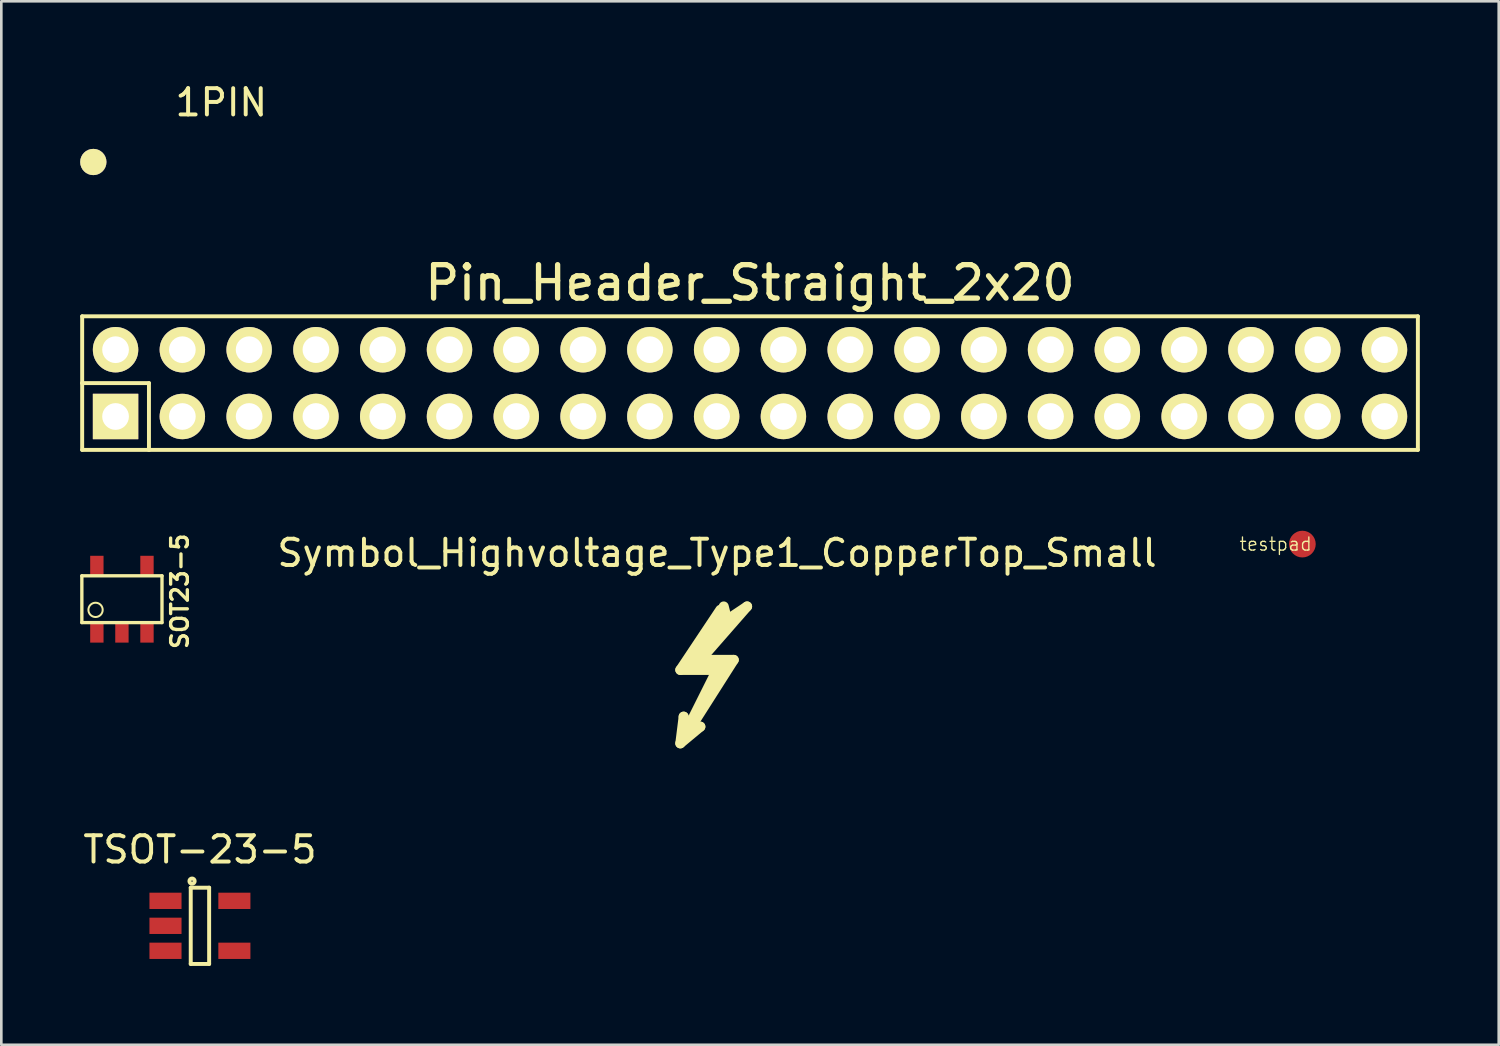
<source format=kicad_pcb>
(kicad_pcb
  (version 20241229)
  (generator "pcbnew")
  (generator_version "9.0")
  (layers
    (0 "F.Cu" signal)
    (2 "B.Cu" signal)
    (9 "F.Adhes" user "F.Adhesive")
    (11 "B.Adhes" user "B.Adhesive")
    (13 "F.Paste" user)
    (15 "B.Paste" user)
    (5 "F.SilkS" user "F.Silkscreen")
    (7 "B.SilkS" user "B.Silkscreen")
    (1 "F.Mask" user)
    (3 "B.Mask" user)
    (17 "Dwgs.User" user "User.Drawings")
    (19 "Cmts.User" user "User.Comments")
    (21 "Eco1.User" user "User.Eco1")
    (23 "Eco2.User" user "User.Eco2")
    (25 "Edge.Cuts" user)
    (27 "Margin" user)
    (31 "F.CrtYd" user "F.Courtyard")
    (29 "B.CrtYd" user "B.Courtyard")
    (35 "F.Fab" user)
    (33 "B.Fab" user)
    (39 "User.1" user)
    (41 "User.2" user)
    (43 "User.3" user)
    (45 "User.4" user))
  (footprint "TSOT-23-5"
    (layer "F.Cu")
    (at 4.554 32.161)
    (property "Reference" "TSOT-23-5" (at 0 -2.9 0) (layer "F.SilkS") (effects (font (size 1 1) (thickness 0.15))))
    (attr smd)
    (fp_line (start -0.35 -1.45) (end -0.35 1.45) (stroke (width 0.15) (type solid)) (layer "F.SilkS"))
    (fp_line (start -0.35 1.45) (end 0.35 1.45) (stroke (width 0.15) (type solid)) (layer "F.SilkS"))
    (fp_line (start 0.35 -1.45) (end -0.35 -1.45) (stroke (width 0.15) (type solid)) (layer "F.SilkS"))
    (fp_line (start 0.35 1.45) (end 0.35 -1.45) (stroke (width 0.15) (type solid)) (layer "F.SilkS"))
    (fp_circle (center -0.3 -1.7) (end -0.2 -1.7) (stroke (width 0.15) (type solid)) (fill no) (layer "F.SilkS"))
    (pad "1" smd rect (at -1.31 -0.95) (size 1.22 0.62) (layers "F.Cu" "F.Mask" "F.Paste"))
    (pad "2" smd rect (at -1.31 0) (size 1.22 0.62) (layers "F.Cu" "F.Mask" "F.Paste"))
    (pad "3" smd rect (at -1.31 0.95) (size 1.22 0.62) (layers "F.Cu" "F.Mask" "F.Paste"))
    (pad "4" smd rect (at 1.31 0.95) (size 1.22 0.62) (layers "F.Cu" "F.Mask" "F.Paste"))
    (pad "5" smd rect (at 1.31 -0.95) (size 1.22 0.62) (layers "F.Cu" "F.Mask" "F.Paste")))
  (footprint "testpad"
    (layer "F.Cu")
    (at 46.482 17.643)
    (property "Reference" "testpad" (at -1.016 0 0) (layer "F.SilkS") (effects (font (size 0.5 0.5) (thickness 0.05))))
    (attr through_hole)
    (pad "1" smd circle (at 0 0) (size 1.016 1.016) (layers "F.Cu" "F.Mask")))
  (footprint "Pin_Header_Straight_2x20"
    (layer "F.Cu")
    (at 25.475 11.52)
    (property "Reference" "Pin_Header_Straight_2x20" (at 0 -3.81 0) (layer "F.SilkS") (effects (font (size 1.27 1.27) (thickness 0.203))))
    (attr through_hole)
    (fp_line (start -25.4 -2.54) (end -25.4 0) (stroke (width 0.15) (type solid)) (layer "F.SilkS"))
    (fp_line (start -25.4 0) (end -22.86 0) (stroke (width 0.15) (type solid)) (layer "F.SilkS"))
    (fp_line (start -25.4 2.54) (end -25.4 0) (stroke (width 0.15) (type solid)) (layer "F.SilkS"))
    (fp_line (start -25.4 2.54) (end -22.86 2.54) (stroke (width 0.15) (type solid)) (layer "F.SilkS"))
    (fp_line (start -22.86 0) (end -22.86 2.54) (stroke (width 0.15) (type solid)) (layer "F.SilkS"))
    (fp_line (start -22.86 2.54) (end 25.4 2.54) (stroke (width 0.15) (type solid)) (layer "F.SilkS"))
    (fp_line (start 25.4 -2.54) (end -25.4 -2.54) (stroke (width 0.15) (type solid)) (layer "F.SilkS"))
    (fp_line (start 25.4 -2.54) (end 25.4 2.54) (stroke (width 0.15) (type solid)) (layer "F.SilkS"))
    (pad "1" thru_hole rect (at -24.13 1.27) (size 1.727 1.727) (drill 1.016) (layers "*.Cu" "*.Mask" "F.SilkS"))
    (pad "2" thru_hole oval (at -24.13 -1.27) (size 1.727 1.727) (drill 1.016) (layers "*.Cu" "*.Mask" "F.SilkS"))
    (pad "3" thru_hole oval (at -21.59 1.27) (size 1.727 1.727) (drill 1.016) (layers "*.Cu" "*.Mask" "F.SilkS"))
    (pad "4" thru_hole oval (at -21.59 -1.27) (size 1.727 1.727) (drill 1.016) (layers "*.Cu" "*.Mask" "F.SilkS"))
    (pad "5" thru_hole oval (at -19.05 1.27) (size 1.727 1.727) (drill 1.016) (layers "*.Cu" "*.Mask" "F.SilkS"))
    (pad "6" thru_hole oval (at -19.05 -1.27) (size 1.727 1.727) (drill 1.016) (layers "*.Cu" "*.Mask" "F.SilkS"))
    (pad "7" thru_hole oval (at -16.51 1.27) (size 1.727 1.727) (drill 1.016) (layers "*.Cu" "*.Mask" "F.SilkS"))
    (pad "8" thru_hole oval (at -16.51 -1.27) (size 1.727 1.727) (drill 1.016) (layers "*.Cu" "*.Mask" "F.SilkS"))
    (pad "9" thru_hole oval (at -13.97 1.27) (size 1.727 1.727) (drill 1.016) (layers "*.Cu" "*.Mask" "F.SilkS"))
    (pad "10" thru_hole oval (at -13.97 -1.27) (size 1.727 1.727) (drill 1.016) (layers "*.Cu" "*.Mask" "F.SilkS"))
    (pad "11" thru_hole oval (at -11.43 1.27) (size 1.727 1.727) (drill 1.016) (layers "*.Cu" "*.Mask" "F.SilkS"))
    (pad "12" thru_hole oval (at -11.43 -1.27) (size 1.727 1.727) (drill 1.016) (layers "*.Cu" "*.Mask" "F.SilkS"))
    (pad "13" thru_hole oval (at -8.89 1.27) (size 1.727 1.727) (drill 1.016) (layers "*.Cu" "*.Mask" "F.SilkS"))
    (pad "14" thru_hole oval (at -8.89 -1.27) (size 1.727 1.727) (drill 1.016) (layers "*.Cu" "*.Mask" "F.SilkS"))
    (pad "15" thru_hole oval (at -6.35 1.27) (size 1.727 1.727) (drill 1.016) (layers "*.Cu" "*.Mask" "F.SilkS"))
    (pad "16" thru_hole oval (at -6.35 -1.27) (size 1.727 1.727) (drill 1.016) (layers "*.Cu" "*.Mask" "F.SilkS"))
    (pad "17" thru_hole oval (at -3.81 1.27) (size 1.727 1.727) (drill 1.016) (layers "*.Cu" "*.Mask" "F.SilkS"))
    (pad "18" thru_hole oval (at -3.81 -1.27) (size 1.727 1.727) (drill 1.016) (layers "*.Cu" "*.Mask" "F.SilkS"))
    (pad "19" thru_hole oval (at -1.27 1.27) (size 1.727 1.727) (drill 1.016) (layers "*.Cu" "*.Mask" "F.SilkS"))
    (pad "20" thru_hole oval (at -1.27 -1.27) (size 1.727 1.727) (drill 1.016) (layers "*.Cu" "*.Mask" "F.SilkS"))
    (pad "21" thru_hole oval (at 1.27 1.27) (size 1.727 1.727) (drill 1.016) (layers "*.Cu" "*.Mask" "F.SilkS"))
    (pad "22" thru_hole oval (at 1.27 -1.27) (size 1.727 1.727) (drill 1.016) (layers "*.Cu" "*.Mask" "F.SilkS"))
    (pad "23" thru_hole oval (at 3.81 1.27) (size 1.727 1.727) (drill 1.016) (layers "*.Cu" "*.Mask" "F.SilkS"))
    (pad "24" thru_hole oval (at 3.81 -1.27) (size 1.727 1.727) (drill 1.016) (layers "*.Cu" "*.Mask" "F.SilkS"))
    (pad "25" thru_hole oval (at 6.35 1.27) (size 1.727 1.727) (drill 1.016) (layers "*.Cu" "*.Mask" "F.SilkS"))
    (pad "26" thru_hole oval (at 6.35 -1.27) (size 1.727 1.727) (drill 1.016) (layers "*.Cu" "*.Mask" "F.SilkS"))
    (pad "27" thru_hole oval (at 8.89 1.27) (size 1.727 1.727) (drill 1.016) (layers "*.Cu" "*.Mask" "F.SilkS"))
    (pad "28" thru_hole oval (at 8.89 -1.27) (size 1.727 1.727) (drill 1.016) (layers "*.Cu" "*.Mask" "F.SilkS"))
    (pad "29" thru_hole oval (at 11.43 1.27) (size 1.727 1.727) (drill 1.016) (layers "*.Cu" "*.Mask" "F.SilkS"))
    (pad "30" thru_hole oval (at 11.43 -1.27) (size 1.727 1.727) (drill 1.016) (layers "*.Cu" "*.Mask" "F.SilkS"))
    (pad "31" thru_hole oval (at 13.97 1.27) (size 1.727 1.727) (drill 1.016) (layers "*.Cu" "*.Mask" "F.SilkS"))
    (pad "32" thru_hole oval (at 13.97 -1.27) (size 1.727 1.727) (drill 1.016) (layers "*.Cu" "*.Mask" "F.SilkS"))
    (pad "33" thru_hole oval (at 16.51 1.27) (size 1.727 1.727) (drill 1.016) (layers "*.Cu" "*.Mask" "F.SilkS"))
    (pad "34" thru_hole oval (at 16.51 -1.27) (size 1.727 1.727) (drill 1.016) (layers "*.Cu" "*.Mask" "F.SilkS"))
    (pad "35" thru_hole oval (at 19.05 1.27) (size 1.727 1.727) (drill 1.016) (layers "*.Cu" "*.Mask" "F.SilkS"))
    (pad "36" thru_hole oval (at 19.05 -1.27) (size 1.727 1.727) (drill 1.016) (layers "*.Cu" "*.Mask" "F.SilkS"))
    (pad "37" thru_hole oval (at 21.59 1.27) (size 1.727 1.727) (drill 1.016) (layers "*.Cu" "*.Mask" "F.SilkS"))
    (pad "38" thru_hole oval (at 21.59 -1.27) (size 1.727 1.727) (drill 1.016) (layers "*.Cu" "*.Mask" "F.SilkS"))
    (pad "39" thru_hole oval (at 24.13 1.27) (size 1.727 1.727) (drill 1.016) (layers "*.Cu" "*.Mask" "F.SilkS"))
    (pad "40" thru_hole oval (at 24.13 -1.27) (size 1.727 1.727) (drill 1.016) (layers "*.Cu" "*.Mask" "F.SilkS")))
  (footprint "Symbol_Highvoltage_Type1_CopperTop_Small"
    (layer "F.Cu")
    (at 23.205 23.19)
    (property "Reference" "Symbol_Highvoltage_Type1_CopperTop_Small" (at 1.016 -5.207 0) (layer "F.SilkS") (effects (font (size 1 1) (thickness 0.15))))
    (attr through_hole)
    (fp_line (start -0.381 -0.762) (end 1.016 -0.762) (stroke (width 0.381) (type solid)) (layer "F.SilkS"))
    (fp_line (start -0.381 2.032) (end 0.381 1.397) (stroke (width 0.381) (type solid)) (layer "F.SilkS"))
    (fp_line (start -0.254 1.016) (end -0.381 2.032) (stroke (width 0.381) (type solid)) (layer "F.SilkS"))
    (fp_line (start -0.127 1.524) (end -0.254 1.016) (stroke (width 0.381) (type solid)) (layer "F.SilkS"))
    (fp_line (start -0.127 1.651) (end 1.651 -1.143) (stroke (width 0.381) (type solid)) (layer "F.SilkS"))
    (fp_line (start 0 -0.889) (end 1.27 -0.889) (stroke (width 0.381) (type solid)) (layer "F.SilkS"))
    (fp_line (start 0.381 -1.143) (end 2.159 -3.175) (stroke (width 0.381) (type solid)) (layer "F.SilkS"))
    (fp_line (start 0.381 1.397) (end -0.127 1.651) (stroke (width 0.381) (type solid)) (layer "F.SilkS"))
    (fp_line (start 1.016 -0.762) (end -0.127 1.524) (stroke (width 0.381) (type solid)) (layer "F.SilkS"))
    (fp_line (start 1.143 -3.048) (end -0.381 -0.762) (stroke (width 0.381) (type solid)) (layer "F.SilkS"))
    (fp_line (start 1.397 -2.794) (end 0 -0.889) (stroke (width 0.381) (type solid)) (layer "F.SilkS"))
    (fp_line (start 1.397 -2.667) (end 1.27 -3.175) (stroke (width 0.381) (type solid)) (layer "F.SilkS"))
    (fp_line (start 1.651 -1.143) (end 0.381 -1.143) (stroke (width 0.381) (type solid)) (layer "F.SilkS"))
    (fp_line (start 2.159 -3.175) (end 1.397 -2.667) (stroke (width 0.381) (type solid)) (layer "F.SilkS")))
  (footprint "SOT23-5"
    (layer "F.Cu")
    (at 1.587 19.739)
    (property "Reference" "SOT23-5" (at 2.2 -0.3 90) (layer "F.SilkS") (effects (font (size 0.635 0.635) (thickness 0.127))))
    (attr smd)
    (fp_line (start -1.524 -0.889) (end 1.524 -0.889) (stroke (width 0.127) (type solid)) (layer "F.SilkS"))
    (fp_line (start -1.524 0.889) (end -1.524 -0.889) (stroke (width 0.127) (type solid)) (layer "F.SilkS"))
    (fp_line (start 1.524 -0.889) (end 1.524 0.889) (stroke (width 0.127) (type solid)) (layer "F.SilkS"))
    (fp_line (start 1.524 0.889) (end -1.524 0.889) (stroke (width 0.127) (type solid)) (layer "F.SilkS"))
    (fp_circle (center -1.003 0.406) (end -0.734 0.368) (stroke (width 0.076) (type solid)) (fill no) (layer "F.SilkS"))
    (pad "1" smd rect (at -0.953 1.27) (size 0.508 0.762) (layers "F.Cu" "F.Mask" "F.Paste"))
    (pad "2" smd rect (at 0 1.27) (size 0.508 0.762) (layers "F.Cu" "F.Mask" "F.Paste"))
    (pad "3" smd rect (at 0.953 1.27) (size 0.508 0.762) (layers "F.Cu" "F.Mask" "F.Paste"))
    (pad "4" smd rect (at 0.953 -1.27) (size 0.508 0.762) (layers "F.Cu" "F.Mask" "F.Paste"))
    (pad "5" smd rect (at -0.953 -1.27) (size 0.508 0.762) (layers "F.Cu" "F.Mask" "F.Paste")))
  (footprint "1PIN"
    (layer "F.Cu")
    (at 0.499 3.111)
    (property "Reference" "1PIN" (at 4.867 -2.263 0) (layer "F.SilkS") (effects (font (size 1 1) (thickness 0.15))))
    (attr through_hole)
    (pad "1" thru_hole circle (at 0 0) (size 0.998 0.998) (drill 0.000001) (layers "*.Cu" "*.Mask" "F.SilkS")))
  (gr_rect
    (start -3 -3)
    (end 53.95 36.686)
    (stroke (width 0.1) (type default))
    (fill no)
    (layer "Edge.Cuts")))
</source>
